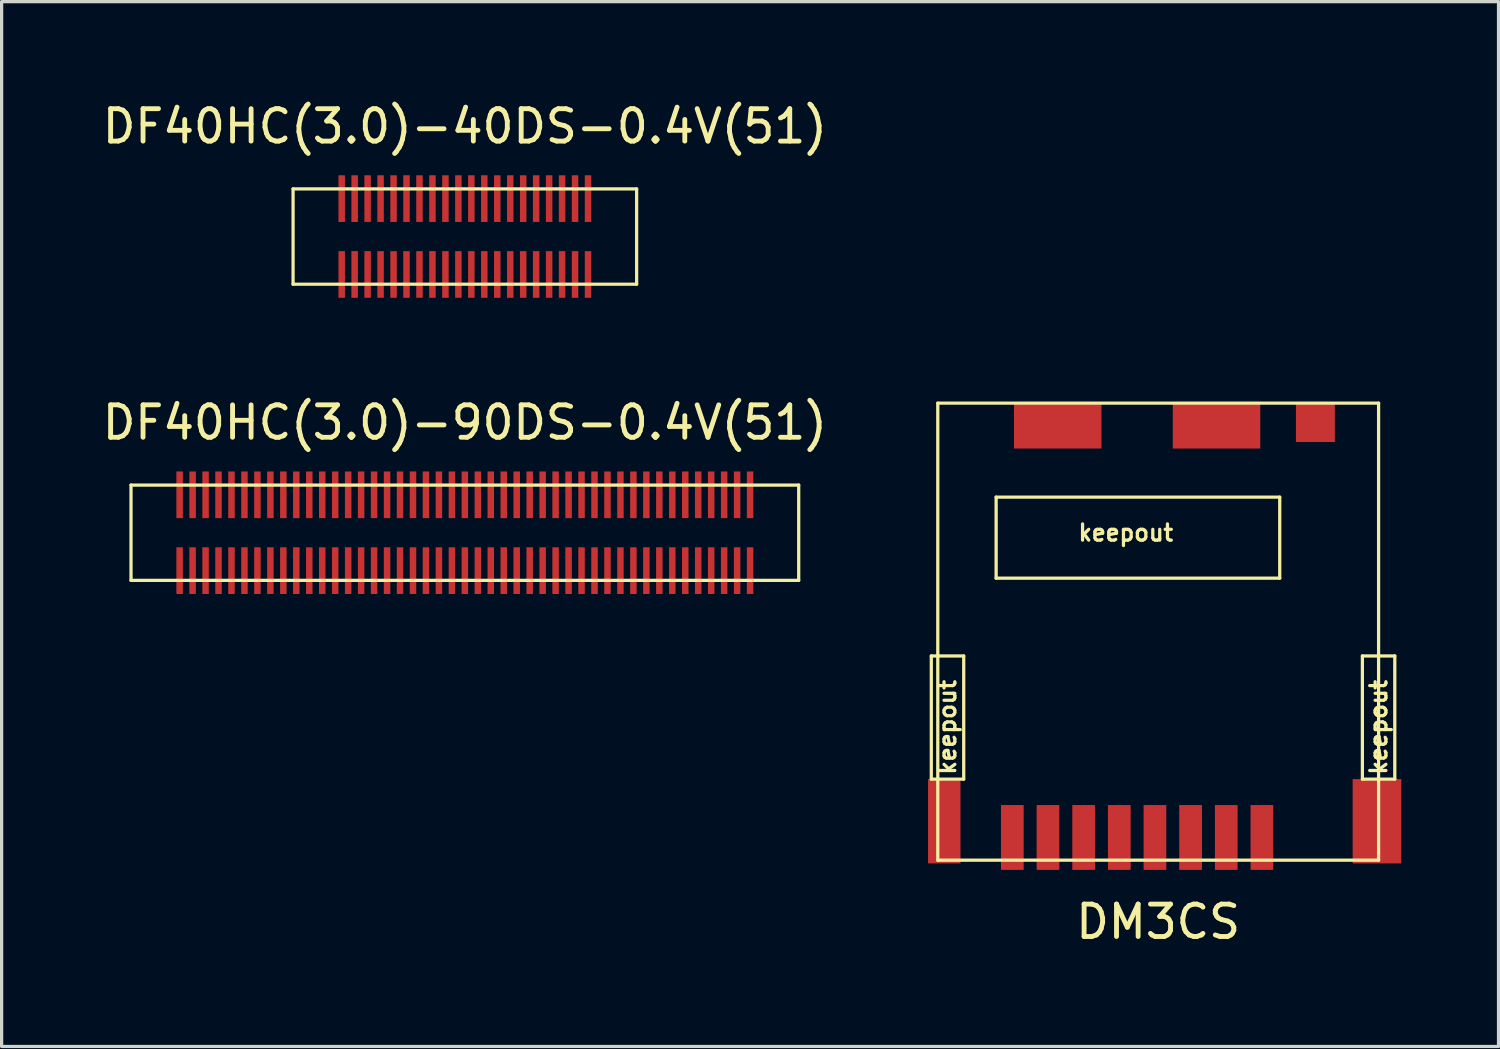
<source format=kicad_pcb>
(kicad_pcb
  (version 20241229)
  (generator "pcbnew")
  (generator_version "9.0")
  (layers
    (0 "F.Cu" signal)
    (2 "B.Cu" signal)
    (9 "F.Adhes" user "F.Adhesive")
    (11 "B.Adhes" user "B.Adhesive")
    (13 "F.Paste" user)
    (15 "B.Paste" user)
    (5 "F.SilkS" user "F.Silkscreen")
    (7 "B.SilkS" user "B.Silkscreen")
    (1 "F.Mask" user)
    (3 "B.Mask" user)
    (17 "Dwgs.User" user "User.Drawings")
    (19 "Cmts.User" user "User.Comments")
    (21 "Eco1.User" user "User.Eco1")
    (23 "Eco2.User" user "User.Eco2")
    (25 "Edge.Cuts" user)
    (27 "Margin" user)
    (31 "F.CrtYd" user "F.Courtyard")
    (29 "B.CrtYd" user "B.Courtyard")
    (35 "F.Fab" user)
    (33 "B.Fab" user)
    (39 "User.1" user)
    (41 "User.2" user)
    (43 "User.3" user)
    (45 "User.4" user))
  (footprint "DF40HC(3.0)-90DS-0.4V(51)"
    (layer "F.Cu")
    (at 11.292 13.386)
    (property "Reference" "DF40HC(3.0)-90DS-0.4V(51)" (at 0 -3.4 0) (layer "F.SilkS") (effects (font (size 1 1) (thickness 0.15))))
    (attr through_hole)
    (fp_line (start -10.3 -1.47) (end 10.3 -1.47) (stroke (width 0.1) (type solid)) (layer "F.SilkS"))
    (fp_line (start -10.3 1.47) (end -10.3 -1.47) (stroke (width 0.1) (type solid)) (layer "F.SilkS"))
    (fp_line (start 10.3 -1.47) (end 10.3 1.47) (stroke (width 0.1) (type solid)) (layer "F.SilkS"))
    (fp_line (start 10.3 1.47) (end -10.3 1.47) (stroke (width 0.1) (type solid)) (layer "F.SilkS"))
    (pad "1" smd rect (at -8.8 -1.17) (size 0.2 1.44) (layers "F.Cu" "F.Mask" "F.Paste"))
    (pad "2" smd rect (at -8.8 1.17) (size 0.2 1.44) (layers "F.Cu" "F.Mask" "F.Paste"))
    (pad "3" smd rect (at -8.4 -1.17) (size 0.2 1.44) (layers "F.Cu" "F.Mask" "F.Paste"))
    (pad "4" smd rect (at -8.4 1.17) (size 0.2 1.44) (layers "F.Cu" "F.Mask" "F.Paste"))
    (pad "5" smd rect (at -8 -1.17) (size 0.2 1.44) (layers "F.Cu" "F.Mask" "F.Paste"))
    (pad "6" smd rect (at -8 1.17) (size 0.2 1.44) (layers "F.Cu" "F.Mask" "F.Paste"))
    (pad "7" smd rect (at -7.6 -1.17) (size 0.2 1.44) (layers "F.Cu" "F.Mask" "F.Paste"))
    (pad "8" smd rect (at -7.6 1.17) (size 0.2 1.44) (layers "F.Cu" "F.Mask" "F.Paste"))
    (pad "9" smd rect (at -7.2 -1.17) (size 0.2 1.44) (layers "F.Cu" "F.Mask" "F.Paste"))
    (pad "10" smd rect (at -7.2 1.17) (size 0.2 1.44) (layers "F.Cu" "F.Mask" "F.Paste"))
    (pad "11" smd rect (at -6.8 -1.17) (size 0.2 1.44) (layers "F.Cu" "F.Mask" "F.Paste"))
    (pad "12" smd rect (at -6.8 1.17) (size 0.2 1.44) (layers "F.Cu" "F.Mask" "F.Paste"))
    (pad "13" smd rect (at -6.4 -1.17) (size 0.2 1.44) (layers "F.Cu" "F.Mask" "F.Paste"))
    (pad "14" smd rect (at -6.4 1.17) (size 0.2 1.44) (layers "F.Cu" "F.Mask" "F.Paste"))
    (pad "15" smd rect (at -6 -1.17) (size 0.2 1.44) (layers "F.Cu" "F.Mask" "F.Paste"))
    (pad "16" smd rect (at -6 1.17) (size 0.2 1.44) (layers "F.Cu" "F.Mask" "F.Paste"))
    (pad "17" smd rect (at -5.6 -1.17) (size 0.2 1.44) (layers "F.Cu" "F.Mask" "F.Paste"))
    (pad "18" smd rect (at -5.6 1.17) (size 0.2 1.44) (layers "F.Cu" "F.Mask" "F.Paste"))
    (pad "19" smd rect (at -5.2 -1.17) (size 0.2 1.44) (layers "F.Cu" "F.Mask" "F.Paste"))
    (pad "20" smd rect (at -5.2 1.17) (size 0.2 1.44) (layers "F.Cu" "F.Mask" "F.Paste"))
    (pad "21" smd rect (at -4.8 -1.17) (size 0.2 1.44) (layers "F.Cu" "F.Mask" "F.Paste"))
    (pad "22" smd rect (at -4.8 1.17) (size 0.2 1.44) (layers "F.Cu" "F.Mask" "F.Paste"))
    (pad "23" smd rect (at -4.4 -1.17) (size 0.2 1.44) (layers "F.Cu" "F.Mask" "F.Paste"))
    (pad "24" smd rect (at -4.4 1.17) (size 0.2 1.44) (layers "F.Cu" "F.Mask" "F.Paste"))
    (pad "25" smd rect (at -4 -1.17) (size 0.2 1.44) (layers "F.Cu" "F.Mask" "F.Paste"))
    (pad "26" smd rect (at -4 1.17) (size 0.2 1.44) (layers "F.Cu" "F.Mask" "F.Paste"))
    (pad "27" smd rect (at -3.6 -1.17) (size 0.2 1.44) (layers "F.Cu" "F.Mask" "F.Paste"))
    (pad "28" smd rect (at -3.6 1.17) (size 0.2 1.44) (layers "F.Cu" "F.Mask" "F.Paste"))
    (pad "29" smd rect (at -3.2 -1.17) (size 0.2 1.44) (layers "F.Cu" "F.Mask" "F.Paste"))
    (pad "30" smd rect (at -3.2 1.17) (size 0.2 1.44) (layers "F.Cu" "F.Mask" "F.Paste"))
    (pad "31" smd rect (at -2.8 -1.17) (size 0.2 1.44) (layers "F.Cu" "F.Mask" "F.Paste"))
    (pad "32" smd rect (at -2.8 1.17) (size 0.2 1.44) (layers "F.Cu" "F.Mask" "F.Paste"))
    (pad "33" smd rect (at -2.4 -1.17) (size 0.2 1.44) (layers "F.Cu" "F.Mask" "F.Paste"))
    (pad "34" smd rect (at -2.4 1.17) (size 0.2 1.44) (layers "F.Cu" "F.Mask" "F.Paste"))
    (pad "35" smd rect (at -2 -1.17) (size 0.2 1.44) (layers "F.Cu" "F.Mask" "F.Paste"))
    (pad "36" smd rect (at -2 1.17) (size 0.2 1.44) (layers "F.Cu" "F.Mask" "F.Paste"))
    (pad "37" smd rect (at -1.6 -1.17) (size 0.2 1.44) (layers "F.Cu" "F.Mask" "F.Paste"))
    (pad "38" smd rect (at -1.6 1.17) (size 0.2 1.44) (layers "F.Cu" "F.Mask" "F.Paste"))
    (pad "39" smd rect (at -1.2 -1.17) (size 0.2 1.44) (layers "F.Cu" "F.Mask" "F.Paste"))
    (pad "40" smd rect (at -1.2 1.17) (size 0.2 1.44) (layers "F.Cu" "F.Mask" "F.Paste"))
    (pad "41" smd rect (at -0.8 -1.17) (size 0.2 1.44) (layers "F.Cu" "F.Mask" "F.Paste"))
    (pad "42" smd rect (at -0.8 1.17) (size 0.2 1.44) (layers "F.Cu" "F.Mask" "F.Paste"))
    (pad "43" smd rect (at -0.4 -1.17) (size 0.2 1.44) (layers "F.Cu" "F.Mask" "F.Paste"))
    (pad "44" smd rect (at -0.4 1.17) (size 0.2 1.44) (layers "F.Cu" "F.Mask" "F.Paste"))
    (pad "45" smd rect (at 0 -1.17) (size 0.2 1.44) (layers "F.Cu" "F.Mask" "F.Paste"))
    (pad "46" smd rect (at 0 1.17) (size 0.2 1.44) (layers "F.Cu" "F.Mask" "F.Paste"))
    (pad "47" smd rect (at 0.4 -1.17) (size 0.2 1.44) (layers "F.Cu" "F.Mask" "F.Paste"))
    (pad "48" smd rect (at 0.4 1.17) (size 0.2 1.44) (layers "F.Cu" "F.Mask" "F.Paste"))
    (pad "49" smd rect (at 0.8 -1.17) (size 0.2 1.44) (layers "F.Cu" "F.Mask" "F.Paste"))
    (pad "50" smd rect (at 0.8 1.17) (size 0.2 1.44) (layers "F.Cu" "F.Mask" "F.Paste"))
    (pad "51" smd rect (at 1.2 -1.17) (size 0.2 1.44) (layers "F.Cu" "F.Mask" "F.Paste"))
    (pad "52" smd rect (at 1.2 1.17) (size 0.2 1.44) (layers "F.Cu" "F.Mask" "F.Paste"))
    (pad "53" smd rect (at 1.6 -1.17) (size 0.2 1.44) (layers "F.Cu" "F.Mask" "F.Paste"))
    (pad "54" smd rect (at 1.6 1.17) (size 0.2 1.44) (layers "F.Cu" "F.Mask" "F.Paste"))
    (pad "55" smd rect (at 2 -1.17) (size 0.2 1.44) (layers "F.Cu" "F.Mask" "F.Paste"))
    (pad "56" smd rect (at 2 1.17) (size 0.2 1.44) (layers "F.Cu" "F.Mask" "F.Paste"))
    (pad "57" smd rect (at 2.4 -1.17) (size 0.2 1.44) (layers "F.Cu" "F.Mask" "F.Paste"))
    (pad "58" smd rect (at 2.4 1.17) (size 0.2 1.44) (layers "F.Cu" "F.Mask" "F.Paste"))
    (pad "59" smd rect (at 2.8 -1.17) (size 0.2 1.44) (layers "F.Cu" "F.Mask" "F.Paste"))
    (pad "60" smd rect (at 2.8 1.17) (size 0.2 1.44) (layers "F.Cu" "F.Mask" "F.Paste"))
    (pad "61" smd rect (at 3.2 -1.17) (size 0.2 1.44) (layers "F.Cu" "F.Mask" "F.Paste"))
    (pad "62" smd rect (at 3.2 1.17) (size 0.2 1.44) (layers "F.Cu" "F.Mask" "F.Paste"))
    (pad "63" smd rect (at 3.6 -1.17) (size 0.2 1.44) (layers "F.Cu" "F.Mask" "F.Paste"))
    (pad "64" smd rect (at 3.6 1.17) (size 0.2 1.44) (layers "F.Cu" "F.Mask" "F.Paste"))
    (pad "65" smd rect (at 4 -1.17) (size 0.2 1.44) (layers "F.Cu" "F.Mask" "F.Paste"))
    (pad "66" smd rect (at 4 1.17) (size 0.2 1.44) (layers "F.Cu" "F.Mask" "F.Paste"))
    (pad "67" smd rect (at 4.4 -1.17) (size 0.2 1.44) (layers "F.Cu" "F.Mask" "F.Paste"))
    (pad "68" smd rect (at 4.4 1.17) (size 0.2 1.44) (layers "F.Cu" "F.Mask" "F.Paste"))
    (pad "69" smd rect (at 4.8 -1.17) (size 0.2 1.44) (layers "F.Cu" "F.Mask" "F.Paste"))
    (pad "70" smd rect (at 4.8 1.17) (size 0.2 1.44) (layers "F.Cu" "F.Mask" "F.Paste"))
    (pad "71" smd rect (at 5.2 -1.17) (size 0.2 1.44) (layers "F.Cu" "F.Mask" "F.Paste"))
    (pad "72" smd rect (at 5.2 1.17) (size 0.2 1.44) (layers "F.Cu" "F.Mask" "F.Paste"))
    (pad "73" smd rect (at 5.6 -1.17) (size 0.2 1.44) (layers "F.Cu" "F.Mask" "F.Paste"))
    (pad "74" smd rect (at 5.6 1.17) (size 0.2 1.44) (layers "F.Cu" "F.Mask" "F.Paste"))
    (pad "75" smd rect (at 6 -1.17) (size 0.2 1.44) (layers "F.Cu" "F.Mask" "F.Paste"))
    (pad "76" smd rect (at 6 1.17) (size 0.2 1.44) (layers "F.Cu" "F.Mask" "F.Paste"))
    (pad "77" smd rect (at 6.4 -1.17) (size 0.2 1.44) (layers "F.Cu" "F.Mask" "F.Paste"))
    (pad "78" smd rect (at 6.4 1.17) (size 0.2 1.44) (layers "F.Cu" "F.Mask" "F.Paste"))
    (pad "79" smd rect (at 6.8 -1.17) (size 0.2 1.44) (layers "F.Cu" "F.Mask" "F.Paste"))
    (pad "80" smd rect (at 6.8 1.17) (size 0.2 1.44) (layers "F.Cu" "F.Mask" "F.Paste"))
    (pad "81" smd rect (at 7.2 -1.17) (size 0.2 1.44) (layers "F.Cu" "F.Mask" "F.Paste"))
    (pad "82" smd rect (at 7.2 1.17) (size 0.2 1.44) (layers "F.Cu" "F.Mask" "F.Paste"))
    (pad "83" smd rect (at 7.6 -1.17) (size 0.2 1.44) (layers "F.Cu" "F.Mask" "F.Paste"))
    (pad "84" smd rect (at 7.6 1.17) (size 0.2 1.44) (layers "F.Cu" "F.Mask" "F.Paste"))
    (pad "85" smd rect (at 8 -1.17) (size 0.2 1.44) (layers "F.Cu" "F.Mask" "F.Paste"))
    (pad "86" smd rect (at 8 1.17) (size 0.2 1.44) (layers "F.Cu" "F.Mask" "F.Paste"))
    (pad "87" smd rect (at 8.4 -1.17) (size 0.2 1.44) (layers "F.Cu" "F.Mask" "F.Paste"))
    (pad "88" smd rect (at 8.4 1.17) (size 0.2 1.44) (layers "F.Cu" "F.Mask" "F.Paste"))
    (pad "89" smd rect (at 8.8 -1.17) (size 0.2 1.44) (layers "F.Cu" "F.Mask" "F.Paste"))
    (pad "90" smd rect (at 8.8 1.17) (size 0.2 1.44) (layers "F.Cu" "F.Mask" "F.Paste")))
  (footprint "DM3CS"
    (layer "F.Cu")
    (at 32.683 9.388)
    (property "Reference" "DM3CS" (at 0 16 0) (layer "F.SilkS") (effects (font (size 1 1) (thickness 0.15))))
    (attr through_hole)
    (fp_line (start -7 7.8) (end -7 11.6) (stroke (width 0.1) (type solid)) (layer "F.SilkS"))
    (fp_line (start -7 7.8) (end -6 7.8) (stroke (width 0.1) (type solid)) (layer "F.SilkS"))
    (fp_line (start -6.8 0) (end 6.8 0) (stroke (width 0.1) (type solid)) (layer "F.SilkS"))
    (fp_line (start -6.8 14.1) (end -6.8 0) (stroke (width 0.1) (type solid)) (layer "F.SilkS"))
    (fp_line (start -6 7.8) (end -6 11.6) (stroke (width 0.1) (type solid)) (layer "F.SilkS"))
    (fp_line (start -6 11.6) (end -7 11.6) (stroke (width 0.1) (type solid)) (layer "F.SilkS"))
    (fp_line (start -5 2.9) (end -5 5.4) (stroke (width 0.1) (type solid)) (layer "F.SilkS"))
    (fp_line (start -5 5.4) (end 3.75 5.4) (stroke (width 0.1) (type solid)) (layer "F.SilkS"))
    (fp_line (start 3.75 2.9) (end -5 2.9) (stroke (width 0.1) (type solid)) (layer "F.SilkS"))
    (fp_line (start 3.75 5.4) (end 3.75 2.9) (stroke (width 0.1) (type solid)) (layer "F.SilkS"))
    (fp_line (start 6.3 7.8) (end 6.3 11.6) (stroke (width 0.1) (type solid)) (layer "F.SilkS"))
    (fp_line (start 6.3 7.8) (end 7.3 7.8) (stroke (width 0.1) (type solid)) (layer "F.SilkS"))
    (fp_line (start 6.8 0) (end 6.8 14.1) (stroke (width 0.1) (type solid)) (layer "F.SilkS"))
    (fp_line (start 6.8 14.1) (end -6.8 14.1) (stroke (width 0.1) (type solid)) (layer "F.SilkS"))
    (fp_line (start 7.3 7.8) (end 7.3 11.6) (stroke (width 0.1) (type solid)) (layer "F.SilkS"))
    (fp_line (start 7.3 11.6) (end 6.3 11.6) (stroke (width 0.1) (type solid)) (layer "F.SilkS"))
    (fp_text user "keepout" (at -1 4 180) (layer "F.SilkS") (effects (font (size 0.5 0.5) (thickness 0.1))))
    (fp_text user "keepout" (at 6.8 10 90) (layer "F.SilkS") (effects (font (size 0.5 0.5) (thickness 0.1))))
    (fp_text user "keepout" (at -6.5 10 90) (layer "F.SilkS") (effects (font (size 0.5 0.5) (thickness 0.1))))
    (pad "" smd rect (at -6.6 12.9) (size 1 2.6) (layers "F.Cu" "F.Mask" "F.Paste"))
    (pad "" smd rect (at -3.1 0.7) (size 2.7 1.4) (layers "F.Cu" "F.Mask" "F.Paste"))
    (pad "" smd rect (at 4.85 0.6) (size 1.2 1.2) (layers "F.Cu" "F.Mask" "F.Paste"))
    (pad "" smd rect (at 6.75 12.9) (size 1.5 2.6) (layers "F.Cu" "F.Mask" "F.Paste"))
    (pad "1" smd rect (at 3.2 13.4) (size 0.7 2) (layers "F.Cu" "F.Mask" "F.Paste"))
    (pad "2" smd rect (at 2.1 13.4) (size 0.7 2) (layers "F.Cu" "F.Mask" "F.Paste"))
    (pad "3" smd rect (at 1 13.4) (size 0.7 2) (layers "F.Cu" "F.Mask" "F.Paste"))
    (pad "4" smd rect (at -0.1 13.4) (size 0.7 2) (layers "F.Cu" "F.Mask" "F.Paste"))
    (pad "5" smd rect (at -1.2 13.4) (size 0.7 2) (layers "F.Cu" "F.Mask" "F.Paste"))
    (pad "6" smd rect (at -2.3 13.4) (size 0.7 2) (layers "F.Cu" "F.Mask" "F.Paste"))
    (pad "7" smd rect (at -3.4 13.4) (size 0.7 2) (layers "F.Cu" "F.Mask" "F.Paste"))
    (pad "8" smd rect (at -4.5 13.4) (size 0.7 2) (layers "F.Cu" "F.Mask" "F.Paste"))
    (pad "9" smd rect (at 1.8 0.7) (size 2.7 1.4) (layers "F.Cu" "F.Mask" "F.Paste")))
  (footprint "DF40HC(3.0)-40DS-0.4V(51)"
    (layer "F.Cu")
    (at 11.292 4.248)
    (property "Reference" "DF40HC(3.0)-40DS-0.4V(51)" (at 0 -3.4 0) (layer "F.SilkS") (effects (font (size 1 1) (thickness 0.15))))
    (attr through_hole)
    (fp_line (start -5.3 -1.47) (end 5.3 -1.47) (stroke (width 0.1) (type solid)) (layer "F.SilkS"))
    (fp_line (start -5.3 1.47) (end -5.3 -1.47) (stroke (width 0.1) (type solid)) (layer "F.SilkS"))
    (fp_line (start 5.3 -1.47) (end 5.3 1.47) (stroke (width 0.1) (type solid)) (layer "F.SilkS"))
    (fp_line (start 5.3 1.47) (end -5.3 1.47) (stroke (width 0.1) (type solid)) (layer "F.SilkS"))
    (pad "1" smd rect (at -3.8 -1.17) (size 0.2 1.44) (layers "F.Cu" "F.Mask" "F.Paste"))
    (pad "2" smd rect (at -3.8 1.17) (size 0.2 1.44) (layers "F.Cu" "F.Mask" "F.Paste"))
    (pad "3" smd rect (at -3.4 -1.17) (size 0.2 1.44) (layers "F.Cu" "F.Mask" "F.Paste"))
    (pad "4" smd rect (at -3.4 1.17) (size 0.2 1.44) (layers "F.Cu" "F.Mask" "F.Paste"))
    (pad "5" smd rect (at -3 -1.17) (size 0.2 1.44) (layers "F.Cu" "F.Mask" "F.Paste"))
    (pad "6" smd rect (at -3 1.17) (size 0.2 1.44) (layers "F.Cu" "F.Mask" "F.Paste"))
    (pad "7" smd rect (at -2.6 -1.17) (size 0.2 1.44) (layers "F.Cu" "F.Mask" "F.Paste"))
    (pad "8" smd rect (at -2.6 1.17) (size 0.2 1.44) (layers "F.Cu" "F.Mask" "F.Paste"))
    (pad "9" smd rect (at -2.2 -1.17) (size 0.2 1.44) (layers "F.Cu" "F.Mask" "F.Paste"))
    (pad "10" smd rect (at -2.2 1.17) (size 0.2 1.44) (layers "F.Cu" "F.Mask" "F.Paste"))
    (pad "11" smd rect (at -1.8 -1.17) (size 0.2 1.44) (layers "F.Cu" "F.Mask" "F.Paste"))
    (pad "12" smd rect (at -1.8 1.17) (size 0.2 1.44) (layers "F.Cu" "F.Mask" "F.Paste"))
    (pad "13" smd rect (at -1.4 -1.17) (size 0.2 1.44) (layers "F.Cu" "F.Mask" "F.Paste"))
    (pad "14" smd rect (at -1.4 1.17) (size 0.2 1.44) (layers "F.Cu" "F.Mask" "F.Paste"))
    (pad "15" smd rect (at -1 -1.17) (size 0.2 1.44) (layers "F.Cu" "F.Mask" "F.Paste"))
    (pad "16" smd rect (at -1 1.17) (size 0.2 1.44) (layers "F.Cu" "F.Mask" "F.Paste"))
    (pad "17" smd rect (at -0.6 -1.17) (size 0.2 1.44) (layers "F.Cu" "F.Mask" "F.Paste"))
    (pad "18" smd rect (at -0.6 1.17) (size 0.2 1.44) (layers "F.Cu" "F.Mask" "F.Paste"))
    (pad "19" smd rect (at -0.2 -1.17) (size 0.2 1.44) (layers "F.Cu" "F.Mask" "F.Paste"))
    (pad "20" smd rect (at -0.2 1.17) (size 0.2 1.44) (layers "F.Cu" "F.Mask" "F.Paste"))
    (pad "21" smd rect (at 0.2 -1.17) (size 0.2 1.44) (layers "F.Cu" "F.Mask" "F.Paste"))
    (pad "22" smd rect (at 0.2 1.17) (size 0.2 1.44) (layers "F.Cu" "F.Mask" "F.Paste"))
    (pad "23" smd rect (at 0.6 -1.17) (size 0.2 1.44) (layers "F.Cu" "F.Mask" "F.Paste"))
    (pad "24" smd rect (at 0.6 1.17) (size 0.2 1.44) (layers "F.Cu" "F.Mask" "F.Paste"))
    (pad "25" smd rect (at 1 -1.17) (size 0.2 1.44) (layers "F.Cu" "F.Mask" "F.Paste"))
    (pad "26" smd rect (at 1 1.17) (size 0.2 1.44) (layers "F.Cu" "F.Mask" "F.Paste"))
    (pad "27" smd rect (at 1.4 -1.17) (size 0.2 1.44) (layers "F.Cu" "F.Mask" "F.Paste"))
    (pad "28" smd rect (at 1.4 1.17) (size 0.2 1.44) (layers "F.Cu" "F.Mask" "F.Paste"))
    (pad "29" smd rect (at 1.8 -1.17) (size 0.2 1.44) (layers "F.Cu" "F.Mask" "F.Paste"))
    (pad "30" smd rect (at 1.8 1.17) (size 0.2 1.44) (layers "F.Cu" "F.Mask" "F.Paste"))
    (pad "31" smd rect (at 2.2 -1.17) (size 0.2 1.44) (layers "F.Cu" "F.Mask" "F.Paste"))
    (pad "32" smd rect (at 2.2 1.17) (size 0.2 1.44) (layers "F.Cu" "F.Mask" "F.Paste"))
    (pad "33" smd rect (at 2.6 -1.17) (size 0.2 1.44) (layers "F.Cu" "F.Mask" "F.Paste"))
    (pad "34" smd rect (at 2.6 1.17) (size 0.2 1.44) (layers "F.Cu" "F.Mask" "F.Paste"))
    (pad "35" smd rect (at 3 -1.17) (size 0.2 1.44) (layers "F.Cu" "F.Mask" "F.Paste"))
    (pad "36" smd rect (at 3 1.17) (size 0.2 1.44) (layers "F.Cu" "F.Mask" "F.Paste"))
    (pad "37" smd rect (at 3.4 -1.17) (size 0.2 1.44) (layers "F.Cu" "F.Mask" "F.Paste"))
    (pad "38" smd rect (at 3.4 1.17) (size 0.2 1.44) (layers "F.Cu" "F.Mask" "F.Paste"))
    (pad "39" smd rect (at 3.8 -1.17) (size 0.2 1.44) (layers "F.Cu" "F.Mask" "F.Paste"))
    (pad "40" smd rect (at 3.8 1.17) (size 0.2 1.44) (layers "F.Cu" "F.Mask" "F.Paste")))
  (gr_rect
    (start -3 -3)
    (end 43.183 29.236)
    (stroke (width 0.1) (type default))
    (fill no)
    (layer "Edge.Cuts")))
</source>
